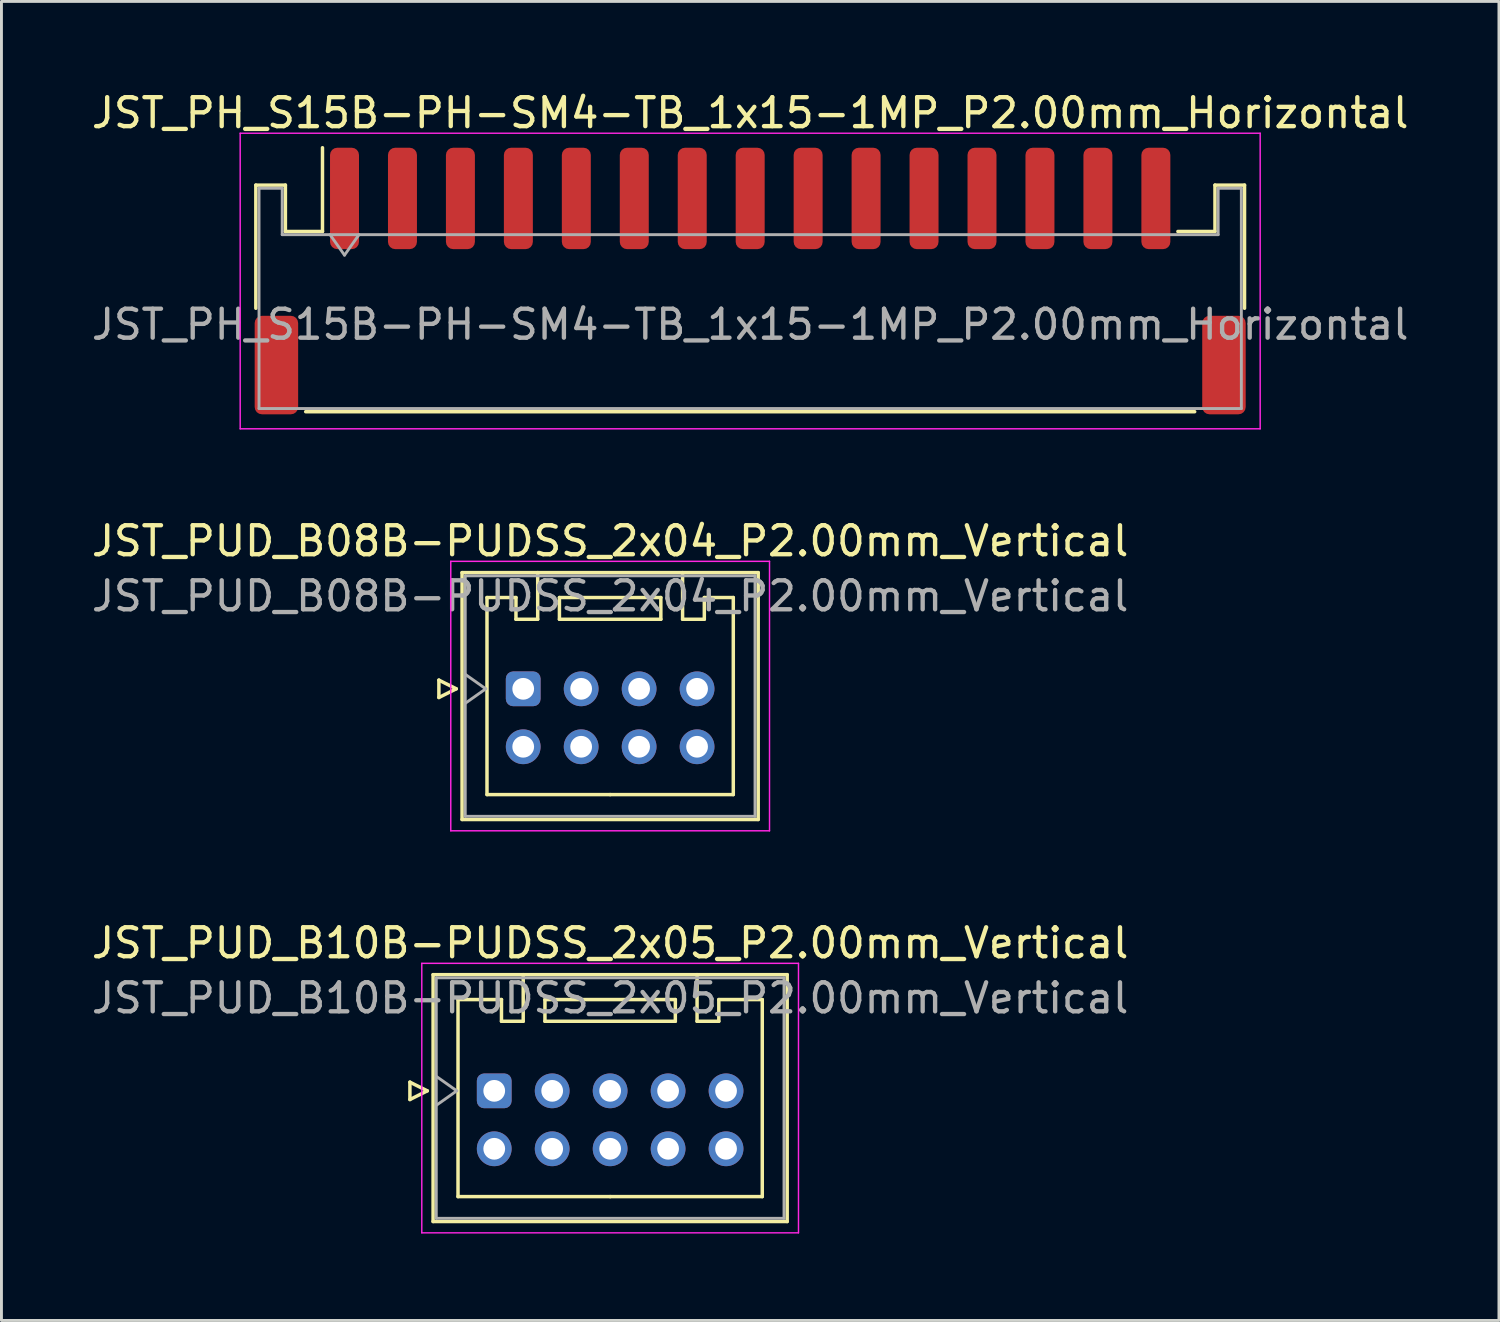
<source format=kicad_pcb>
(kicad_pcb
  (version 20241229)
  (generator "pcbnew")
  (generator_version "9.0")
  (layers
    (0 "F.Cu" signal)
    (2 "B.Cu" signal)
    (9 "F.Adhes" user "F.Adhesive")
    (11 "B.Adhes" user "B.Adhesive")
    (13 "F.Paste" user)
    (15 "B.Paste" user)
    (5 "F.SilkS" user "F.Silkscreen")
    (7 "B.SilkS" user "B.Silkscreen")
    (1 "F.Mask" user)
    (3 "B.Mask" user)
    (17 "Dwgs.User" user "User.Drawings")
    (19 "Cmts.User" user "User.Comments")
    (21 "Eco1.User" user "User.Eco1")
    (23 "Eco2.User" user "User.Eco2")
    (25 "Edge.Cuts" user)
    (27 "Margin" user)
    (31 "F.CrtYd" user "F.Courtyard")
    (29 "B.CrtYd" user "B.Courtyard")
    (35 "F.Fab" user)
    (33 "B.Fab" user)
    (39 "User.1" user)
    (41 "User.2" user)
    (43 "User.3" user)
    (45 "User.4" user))
  (footprint "JST_PUD_B08B-PUDSS_2x04_P2.00mm_Vertical"
    (layer "F.Cu")
    (at 15.006 20.721)
    (property "Reference" "JST_PUD_B08B-PUDSS_2x04_P2.00mm_Vertical" (at 3 -5.1 0) (layer "F.SilkS") (effects (font (size 1 1) (thickness 0.15))))
    (attr through_hole)
    (fp_line (start -2.91 -0.3) (end -2.31 0) (stroke (width 0.12) (type solid)) (layer "F.SilkS"))
    (fp_line (start -2.91 0.3) (end -2.91 -0.3) (stroke (width 0.12) (type solid)) (layer "F.SilkS"))
    (fp_line (start -2.31 0) (end -2.91 0.3) (stroke (width 0.12) (type solid)) (layer "F.SilkS"))
    (fp_line (start -2.11 -4.01) (end -2.11 4.51) (stroke (width 0.12) (type solid)) (layer "F.SilkS"))
    (fp_line (start -2.11 4.51) (end 8.11 4.51) (stroke (width 0.12) (type solid)) (layer "F.SilkS"))
    (fp_line (start -1.25 -3.15) (end -1.25 3.65) (stroke (width 0.12) (type solid)) (layer "F.SilkS"))
    (fp_line (start -1.25 3.65) (end 3 3.65) (stroke (width 0.12) (type solid)) (layer "F.SilkS"))
    (fp_line (start -0.25 -3.15) (end -1.25 -3.15) (stroke (width 0.12) (type solid)) (layer "F.SilkS"))
    (fp_line (start -0.25 -2.4) (end -0.25 -3.15) (stroke (width 0.12) (type solid)) (layer "F.SilkS"))
    (fp_line (start 0.5 -4.01) (end 0.5 -2.4) (stroke (width 0.12) (type solid)) (layer "F.SilkS"))
    (fp_line (start 0.5 -2.4) (end -0.25 -2.4) (stroke (width 0.12) (type solid)) (layer "F.SilkS"))
    (fp_line (start 1.25 -3.15) (end 1.25 -2.4) (stroke (width 0.12) (type solid)) (layer "F.SilkS"))
    (fp_line (start 1.25 -2.4) (end 4.75 -2.4) (stroke (width 0.12) (type solid)) (layer "F.SilkS"))
    (fp_line (start 4.75 -3.15) (end 1.25 -3.15) (stroke (width 0.12) (type solid)) (layer "F.SilkS"))
    (fp_line (start 4.75 -2.4) (end 4.75 -3.15) (stroke (width 0.12) (type solid)) (layer "F.SilkS"))
    (fp_line (start 5.5 -4.01) (end 5.5 -2.4) (stroke (width 0.12) (type solid)) (layer "F.SilkS"))
    (fp_line (start 5.5 -2.4) (end 6.25 -2.4) (stroke (width 0.12) (type solid)) (layer "F.SilkS"))
    (fp_line (start 6.25 -3.15) (end 7.25 -3.15) (stroke (width 0.12) (type solid)) (layer "F.SilkS"))
    (fp_line (start 6.25 -2.4) (end 6.25 -3.15) (stroke (width 0.12) (type solid)) (layer "F.SilkS"))
    (fp_line (start 7.25 -3.15) (end 7.25 3.65) (stroke (width 0.12) (type solid)) (layer "F.SilkS"))
    (fp_line (start 7.25 3.65) (end 3 3.65) (stroke (width 0.12) (type solid)) (layer "F.SilkS"))
    (fp_line (start 8.11 -4.01) (end -2.11 -4.01) (stroke (width 0.12) (type solid)) (layer "F.SilkS"))
    (fp_line (start 8.11 4.51) (end 8.11 -4.01) (stroke (width 0.12) (type solid)) (layer "F.SilkS"))
    (fp_line (start -2.5 -4.4) (end -2.5 4.9) (stroke (width 0.05) (type solid)) (layer "F.CrtYd"))
    (fp_line (start -2.5 4.9) (end 8.5 4.9) (stroke (width 0.05) (type solid)) (layer "F.CrtYd"))
    (fp_line (start 8.5 -4.4) (end -2.5 -4.4) (stroke (width 0.05) (type solid)) (layer "F.CrtYd"))
    (fp_line (start 8.5 4.9) (end 8.5 -4.4) (stroke (width 0.05) (type solid)) (layer "F.CrtYd"))
    (fp_line (start -2 -3.9) (end -2 4.4) (stroke (width 0.1) (type solid)) (layer "F.Fab"))
    (fp_line (start -2 0.5) (end -1.293 0) (stroke (width 0.1) (type solid)) (layer "F.Fab"))
    (fp_line (start -2 4.4) (end 8 4.4) (stroke (width 0.1) (type solid)) (layer "F.Fab"))
    (fp_line (start -1.293 0) (end -2 -0.5) (stroke (width 0.1) (type solid)) (layer "F.Fab"))
    (fp_line (start 8 -3.9) (end -2 -3.9) (stroke (width 0.1) (type solid)) (layer "F.Fab"))
    (fp_line (start 8 4.4) (end 8 -3.9) (stroke (width 0.1) (type solid)) (layer "F.Fab"))
    (fp_text user "${REFERENCE}" (at 3 -3.2 0) (layer "F.Fab") (effects (font (size 1 1) (thickness 0.15))))
    (pad "1" thru_hole roundrect (at 0 0) (size 1.2 1.2) (drill 0.75) (layers "*.Cu" "*.Mask") (roundrect_rratio 0.208))
    (pad "2" thru_hole circle (at 0 2) (size 1.2 1.2) (drill 0.75) (layers "*.Cu" "*.Mask"))
    (pad "3" thru_hole circle (at 2 0) (size 1.2 1.2) (drill 0.75) (layers "*.Cu" "*.Mask"))
    (pad "4" thru_hole circle (at 2 2) (size 1.2 1.2) (drill 0.75) (layers "*.Cu" "*.Mask"))
    (pad "5" thru_hole circle (at 4 0) (size 1.2 1.2) (drill 0.75) (layers "*.Cu" "*.Mask"))
    (pad "6" thru_hole circle (at 4 2) (size 1.2 1.2) (drill 0.75) (layers "*.Cu" "*.Mask"))
    (pad "7" thru_hole circle (at 6 0) (size 1.2 1.2) (drill 0.75) (layers "*.Cu" "*.Mask"))
    (pad "8" thru_hole circle (at 6 2) (size 1.2 1.2) (drill 0.75) (layers "*.Cu" "*.Mask")))
  (footprint "JST_PUD_B10B-PUDSS_2x05_P2.00mm_Vertical"
    (layer "F.Cu")
    (at 14.006 34.595)
    (property "Reference" "JST_PUD_B10B-PUDSS_2x05_P2.00mm_Vertical" (at 4 -5.1 0) (layer "F.SilkS") (effects (font (size 1 1) (thickness 0.15))))
    (attr through_hole)
    (fp_line (start -2.91 -0.3) (end -2.31 0) (stroke (width 0.12) (type solid)) (layer "F.SilkS"))
    (fp_line (start -2.91 0.3) (end -2.91 -0.3) (stroke (width 0.12) (type solid)) (layer "F.SilkS"))
    (fp_line (start -2.31 0) (end -2.91 0.3) (stroke (width 0.12) (type solid)) (layer "F.SilkS"))
    (fp_line (start -2.11 -4.01) (end -2.11 4.51) (stroke (width 0.12) (type solid)) (layer "F.SilkS"))
    (fp_line (start -2.11 4.51) (end 10.11 4.51) (stroke (width 0.12) (type solid)) (layer "F.SilkS"))
    (fp_line (start -1.25 -3.15) (end -1.25 3.65) (stroke (width 0.12) (type solid)) (layer "F.SilkS"))
    (fp_line (start -1.25 3.65) (end 4 3.65) (stroke (width 0.12) (type solid)) (layer "F.SilkS"))
    (fp_line (start 0.25 -3.15) (end -1.25 -3.15) (stroke (width 0.12) (type solid)) (layer "F.SilkS"))
    (fp_line (start 0.25 -2.4) (end 0.25 -3.15) (stroke (width 0.12) (type solid)) (layer "F.SilkS"))
    (fp_line (start 1 -4.01) (end 1 -2.4) (stroke (width 0.12) (type solid)) (layer "F.SilkS"))
    (fp_line (start 1 -2.4) (end 0.25 -2.4) (stroke (width 0.12) (type solid)) (layer "F.SilkS"))
    (fp_line (start 1.75 -3.15) (end 1.75 -2.4) (stroke (width 0.12) (type solid)) (layer "F.SilkS"))
    (fp_line (start 1.75 -2.4) (end 6.25 -2.4) (stroke (width 0.12) (type solid)) (layer "F.SilkS"))
    (fp_line (start 6.25 -3.15) (end 1.75 -3.15) (stroke (width 0.12) (type solid)) (layer "F.SilkS"))
    (fp_line (start 6.25 -2.4) (end 6.25 -3.15) (stroke (width 0.12) (type solid)) (layer "F.SilkS"))
    (fp_line (start 7 -4.01) (end 7 -2.4) (stroke (width 0.12) (type solid)) (layer "F.SilkS"))
    (fp_line (start 7 -2.4) (end 7.75 -2.4) (stroke (width 0.12) (type solid)) (layer "F.SilkS"))
    (fp_line (start 7.75 -3.15) (end 9.25 -3.15) (stroke (width 0.12) (type solid)) (layer "F.SilkS"))
    (fp_line (start 7.75 -2.4) (end 7.75 -3.15) (stroke (width 0.12) (type solid)) (layer "F.SilkS"))
    (fp_line (start 9.25 -3.15) (end 9.25 3.65) (stroke (width 0.12) (type solid)) (layer "F.SilkS"))
    (fp_line (start 9.25 3.65) (end 4 3.65) (stroke (width 0.12) (type solid)) (layer "F.SilkS"))
    (fp_line (start 10.11 -4.01) (end -2.11 -4.01) (stroke (width 0.12) (type solid)) (layer "F.SilkS"))
    (fp_line (start 10.11 4.51) (end 10.11 -4.01) (stroke (width 0.12) (type solid)) (layer "F.SilkS"))
    (fp_line (start -2.5 -4.4) (end -2.5 4.9) (stroke (width 0.05) (type solid)) (layer "F.CrtYd"))
    (fp_line (start -2.5 4.9) (end 10.5 4.9) (stroke (width 0.05) (type solid)) (layer "F.CrtYd"))
    (fp_line (start 10.5 -4.4) (end -2.5 -4.4) (stroke (width 0.05) (type solid)) (layer "F.CrtYd"))
    (fp_line (start 10.5 4.9) (end 10.5 -4.4) (stroke (width 0.05) (type solid)) (layer "F.CrtYd"))
    (fp_line (start -2 -3.9) (end -2 4.4) (stroke (width 0.1) (type solid)) (layer "F.Fab"))
    (fp_line (start -2 0.5) (end -1.293 0) (stroke (width 0.1) (type solid)) (layer "F.Fab"))
    (fp_line (start -2 4.4) (end 10 4.4) (stroke (width 0.1) (type solid)) (layer "F.Fab"))
    (fp_line (start -1.293 0) (end -2 -0.5) (stroke (width 0.1) (type solid)) (layer "F.Fab"))
    (fp_line (start 10 -3.9) (end -2 -3.9) (stroke (width 0.1) (type solid)) (layer "F.Fab"))
    (fp_line (start 10 4.4) (end 10 -3.9) (stroke (width 0.1) (type solid)) (layer "F.Fab"))
    (fp_text user "${REFERENCE}" (at 4 -3.2 0) (layer "F.Fab") (effects (font (size 1 1) (thickness 0.15))))
    (pad "1" thru_hole roundrect (at 0 0) (size 1.2 1.2) (drill 0.75) (layers "*.Cu" "*.Mask") (roundrect_rratio 0.208))
    (pad "2" thru_hole circle (at 0 2) (size 1.2 1.2) (drill 0.75) (layers "*.Cu" "*.Mask"))
    (pad "3" thru_hole circle (at 2 0) (size 1.2 1.2) (drill 0.75) (layers "*.Cu" "*.Mask"))
    (pad "4" thru_hole circle (at 2 2) (size 1.2 1.2) (drill 0.75) (layers "*.Cu" "*.Mask"))
    (pad "5" thru_hole circle (at 4 0) (size 1.2 1.2) (drill 0.75) (layers "*.Cu" "*.Mask"))
    (pad "6" thru_hole circle (at 4 2) (size 1.2 1.2) (drill 0.75) (layers "*.Cu" "*.Mask"))
    (pad "7" thru_hole circle (at 6 0) (size 1.2 1.2) (drill 0.75) (layers "*.Cu" "*.Mask"))
    (pad "8" thru_hole circle (at 6 2) (size 1.2 1.2) (drill 0.75) (layers "*.Cu" "*.Mask"))
    (pad "9" thru_hole circle (at 8 0) (size 1.2 1.2) (drill 0.75) (layers "*.Cu" "*.Mask"))
    (pad "10" thru_hole circle (at 8 2) (size 1.2 1.2) (drill 0.75) (layers "*.Cu" "*.Mask")))
  (footprint "JST_PH_S15B-PH-SM4-TB_1x15-1MP_P2.00mm_Horizontal"
    (layer "F.Cu")
    (at 22.839 6.648)
    (property "Reference" "JST_PH_S15B-PH-SM4-TB_1x15-1MP_P2.00mm_Horizontal" (at 0 -5.8 0) (layer "F.SilkS") (effects (font (size 1 1) (thickness 0.15))))
    (attr smd)
    (fp_line (start -17.06 -3.31) (end -16.04 -3.31) (stroke (width 0.12) (type solid)) (layer "F.SilkS"))
    (fp_line (start -17.06 0.94) (end -17.06 -3.31) (stroke (width 0.12) (type solid)) (layer "F.SilkS"))
    (fp_line (start -16.04 -3.31) (end -16.04 -1.71) (stroke (width 0.12) (type solid)) (layer "F.SilkS"))
    (fp_line (start -16.04 -1.71) (end -14.76 -1.71) (stroke (width 0.12) (type solid)) (layer "F.SilkS"))
    (fp_line (start -15.34 4.51) (end 15.34 4.51) (stroke (width 0.12) (type solid)) (layer "F.SilkS"))
    (fp_line (start -14.76 -1.71) (end -14.76 -4.6) (stroke (width 0.12) (type solid)) (layer "F.SilkS"))
    (fp_line (start 16.04 -3.31) (end 16.04 -1.71) (stroke (width 0.12) (type solid)) (layer "F.SilkS"))
    (fp_line (start 16.04 -1.71) (end 14.76 -1.71) (stroke (width 0.12) (type solid)) (layer "F.SilkS"))
    (fp_line (start 17.06 -3.31) (end 16.04 -3.31) (stroke (width 0.12) (type solid)) (layer "F.SilkS"))
    (fp_line (start 17.06 0.94) (end 17.06 -3.31) (stroke (width 0.12) (type solid)) (layer "F.SilkS"))
    (fp_line (start -17.6 -5.1) (end -17.6 5.1) (stroke (width 0.05) (type solid)) (layer "F.CrtYd"))
    (fp_line (start -17.6 5.1) (end 17.6 5.1) (stroke (width 0.05) (type solid)) (layer "F.CrtYd"))
    (fp_line (start 17.6 -5.1) (end -17.6 -5.1) (stroke (width 0.05) (type solid)) (layer "F.CrtYd"))
    (fp_line (start 17.6 5.1) (end 17.6 -5.1) (stroke (width 0.05) (type solid)) (layer "F.CrtYd"))
    (fp_line (start -16.95 -3.2) (end -16.95 4.4) (stroke (width 0.1) (type solid)) (layer "F.Fab"))
    (fp_line (start -16.95 -3.2) (end -16.15 -3.2) (stroke (width 0.1) (type solid)) (layer "F.Fab"))
    (fp_line (start -16.95 4.4) (end 16.95 4.4) (stroke (width 0.1) (type solid)) (layer "F.Fab"))
    (fp_line (start -16.15 -3.2) (end -16.15 -1.6) (stroke (width 0.1) (type solid)) (layer "F.Fab"))
    (fp_line (start -16.15 -1.6) (end 16.15 -1.6) (stroke (width 0.1) (type solid)) (layer "F.Fab"))
    (fp_line (start -14.5 -1.6) (end -14 -0.893) (stroke (width 0.1) (type solid)) (layer "F.Fab"))
    (fp_line (start -14 -0.893) (end -13.5 -1.6) (stroke (width 0.1) (type solid)) (layer "F.Fab"))
    (fp_line (start 16.15 -3.2) (end 16.95 -3.2) (stroke (width 0.1) (type solid)) (layer "F.Fab"))
    (fp_line (start 16.15 -1.6) (end 16.15 -3.2) (stroke (width 0.1) (type solid)) (layer "F.Fab"))
    (fp_line (start 16.95 -3.2) (end 16.95 4.4) (stroke (width 0.1) (type solid)) (layer "F.Fab"))
    (fp_text user "${REFERENCE}" (at 0 1.5 0) (layer "F.Fab") (effects (font (size 1 1) (thickness 0.15))))
    (pad "1" smd roundrect (at -14 -2.85) (size 1 3.5) (layers "F.Cu" "F.Mask" "F.Paste") (roundrect_rratio 0.25))
    (pad "2" smd roundrect (at -12 -2.85) (size 1 3.5) (layers "F.Cu" "F.Mask" "F.Paste") (roundrect_rratio 0.25))
    (pad "3" smd roundrect (at -10 -2.85) (size 1 3.5) (layers "F.Cu" "F.Mask" "F.Paste") (roundrect_rratio 0.25))
    (pad "4" smd roundrect (at -8 -2.85) (size 1 3.5) (layers "F.Cu" "F.Mask" "F.Paste") (roundrect_rratio 0.25))
    (pad "5" smd roundrect (at -6 -2.85) (size 1 3.5) (layers "F.Cu" "F.Mask" "F.Paste") (roundrect_rratio 0.25))
    (pad "6" smd roundrect (at -4 -2.85) (size 1 3.5) (layers "F.Cu" "F.Mask" "F.Paste") (roundrect_rratio 0.25))
    (pad "7" smd roundrect (at -2 -2.85) (size 1 3.5) (layers "F.Cu" "F.Mask" "F.Paste") (roundrect_rratio 0.25))
    (pad "8" smd roundrect (at 0 -2.85) (size 1 3.5) (layers "F.Cu" "F.Mask" "F.Paste") (roundrect_rratio 0.25))
    (pad "9" smd roundrect (at 2 -2.85) (size 1 3.5) (layers "F.Cu" "F.Mask" "F.Paste") (roundrect_rratio 0.25))
    (pad "10" smd roundrect (at 4 -2.85) (size 1 3.5) (layers "F.Cu" "F.Mask" "F.Paste") (roundrect_rratio 0.25))
    (pad "11" smd roundrect (at 6 -2.85) (size 1 3.5) (layers "F.Cu" "F.Mask" "F.Paste") (roundrect_rratio 0.25))
    (pad "12" smd roundrect (at 8 -2.85) (size 1 3.5) (layers "F.Cu" "F.Mask" "F.Paste") (roundrect_rratio 0.25))
    (pad "13" smd roundrect (at 10 -2.85) (size 1 3.5) (layers "F.Cu" "F.Mask" "F.Paste") (roundrect_rratio 0.25))
    (pad "14" smd roundrect (at 12 -2.85) (size 1 3.5) (layers "F.Cu" "F.Mask" "F.Paste") (roundrect_rratio 0.25))
    (pad "15" smd roundrect (at 14 -2.85) (size 1 3.5) (layers "F.Cu" "F.Mask" "F.Paste") (roundrect_rratio 0.25))
    (pad "MP" smd roundrect (at -16.35 2.9) (size 1.5 3.4) (layers "F.Cu" "F.Mask" "F.Paste") (roundrect_rratio 0.167))
    (pad "MP" smd roundrect (at 16.35 2.9) (size 1.5 3.4) (layers "F.Cu" "F.Mask" "F.Paste") (roundrect_rratio 0.167)))
  (gr_rect
    (start -3 -3)
    (end 48.679 42.52)
    (stroke (width 0.1) (type default))
    (fill no)
    (layer "Edge.Cuts")))
</source>
